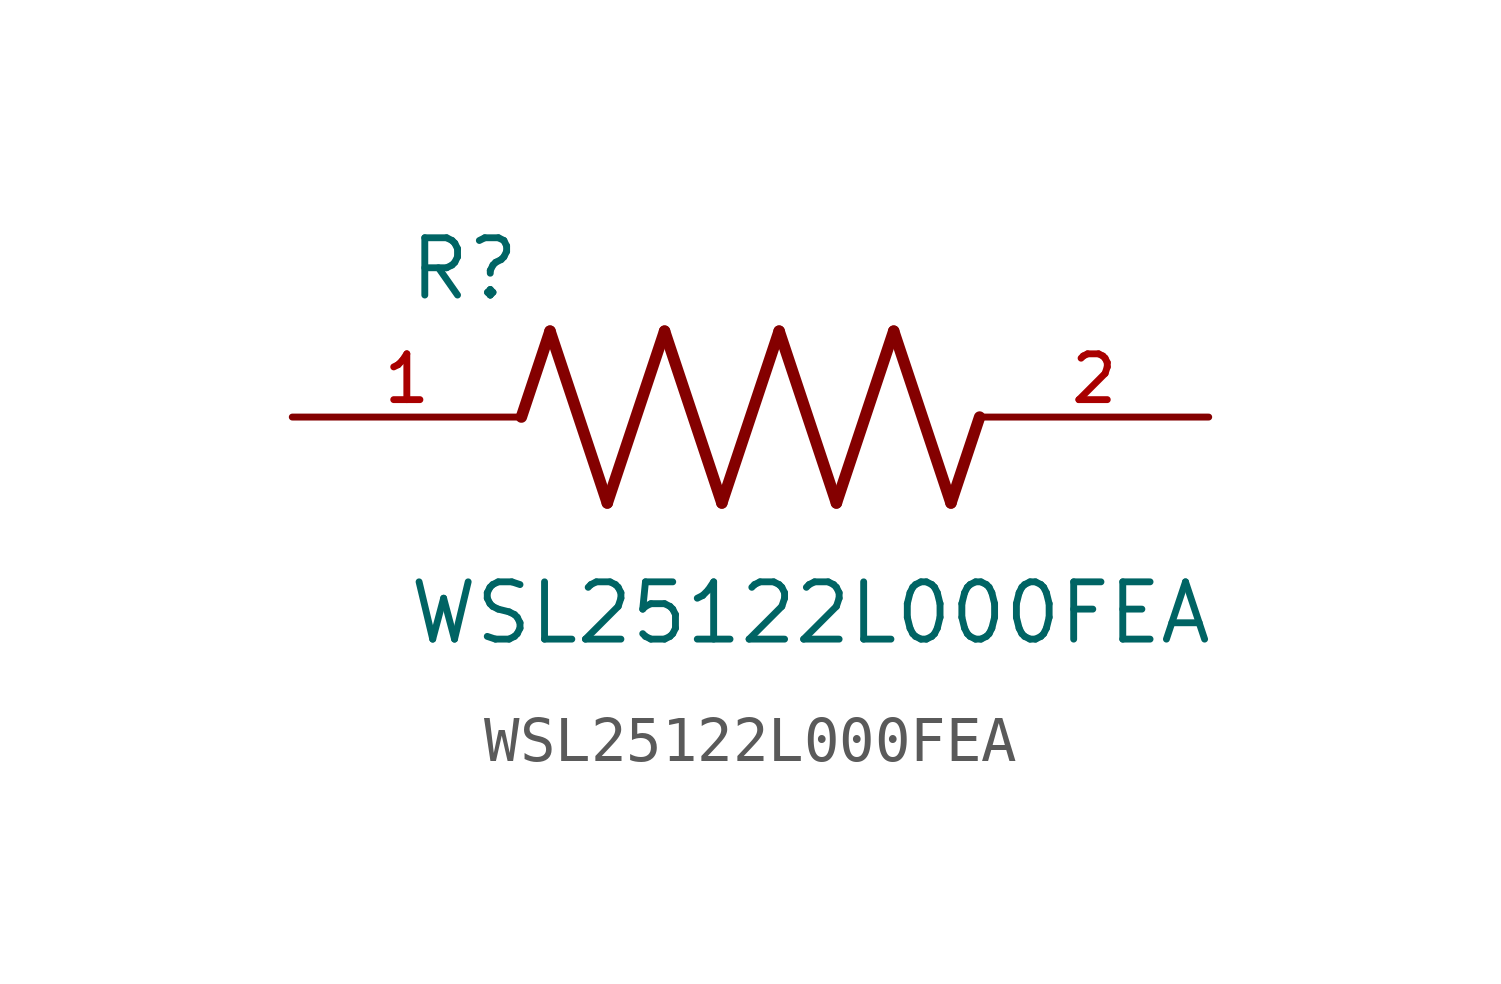
<source format=kicad_sym>
(kicad_symbol_lib
  (version 20231120)
  (generator "kicad_symbol_editor")
  (generator_version "8.0")
  (symbol "WSL25122L000FEA"
    (pin_names
      (offset 1.016))
    (property "Reference" "R"
      (at -7.624 2.542 0)
      (effects (font (size 1.27 1.27)) (justify left bottom)))
    (property "Value" "WSL25122L000FEA"
      (at -7.63 -5.087 0)
      (effects (font (size 1.27 1.27)) (justify left bottom)))
    (symbol "WSL25122L000FEA_0_0"
      (polyline (pts (xy -5.08 0) (xy -4.445 1.905)) (stroke (width 0.254) (type default)) (fill (type none)))
      (polyline (pts (xy -4.445 1.905) (xy -3.175 -1.905)) (stroke (width 0.254) (type default)) (fill (type none)))
      (polyline (pts (xy -3.175 -1.905) (xy -1.905 1.905)) (stroke (width 0.254) (type default)) (fill (type none)))
      (polyline (pts (xy -1.905 1.905) (xy -0.635 -1.905)) (stroke (width 0.254) (type default)) (fill (type none)))
      (polyline (pts (xy -0.635 -1.905) (xy 0.635 1.905)) (stroke (width 0.254) (type default)) (fill (type none)))
      (polyline (pts (xy 0.635 1.905) (xy 1.905 -1.905)) (stroke (width 0.254) (type default)) (fill (type none)))
      (polyline (pts (xy 1.905 -1.905) (xy 3.175 1.905)) (stroke (width 0.254) (type default)) (fill (type none)))
      (polyline (pts (xy 3.175 1.905) (xy 4.445 -1.905)) (stroke (width 0.254) (type default)) (fill (type none)))
      (polyline (pts (xy 4.445 -1.905) (xy 5.08 0)) (stroke (width 0.254) (type default)) (fill (type none)))
      (pin passive line (at -10.16 0 0) (length 5.08) (name "~" (effects (font (size 1.016 1.016)))) (number "1" (effects (font (size 1.016 1.016)))))
      (pin passive line (at 10.16 0 180) (length 5.08) (name "~" (effects (font (size 1.016 1.016)))) (number "2" (effects (font (size 1.016 1.016))))))))
</source>
